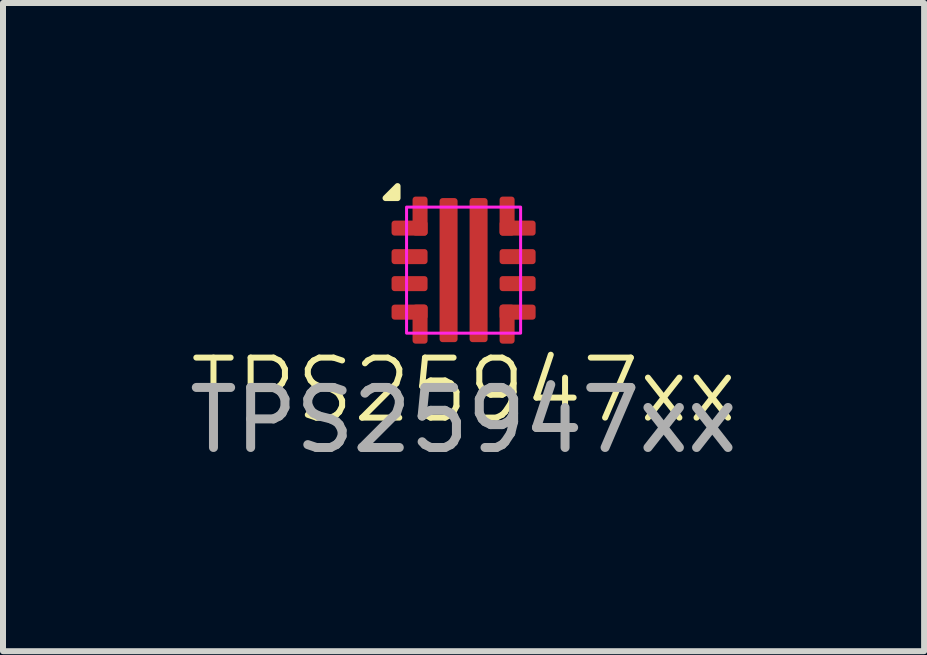
<source format=kicad_pcb>
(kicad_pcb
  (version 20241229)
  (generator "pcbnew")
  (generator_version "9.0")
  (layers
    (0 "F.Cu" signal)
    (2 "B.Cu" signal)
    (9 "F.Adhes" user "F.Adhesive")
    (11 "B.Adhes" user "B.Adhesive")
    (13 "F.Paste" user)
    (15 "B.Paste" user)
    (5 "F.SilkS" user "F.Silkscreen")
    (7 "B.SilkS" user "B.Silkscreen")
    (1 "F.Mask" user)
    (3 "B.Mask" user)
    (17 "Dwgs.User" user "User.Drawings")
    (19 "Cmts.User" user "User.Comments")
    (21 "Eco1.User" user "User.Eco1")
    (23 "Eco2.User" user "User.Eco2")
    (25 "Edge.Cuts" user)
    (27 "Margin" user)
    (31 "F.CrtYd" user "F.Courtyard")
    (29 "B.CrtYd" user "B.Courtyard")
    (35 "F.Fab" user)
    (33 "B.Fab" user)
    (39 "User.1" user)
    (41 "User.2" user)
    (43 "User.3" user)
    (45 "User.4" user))
  (footprint "TPS25947xx"
    (layer "F.Cu")
    (at 4.673 1.45)
    (property "Reference" "TPS25947xx" (at 0 2 0) (unlocked yes) (layer "F.SilkS") (effects (font (size 1 1) (thickness 0.1))))
    (attr smd)
    (fp_poly (pts (xy -1.1 -1.4) (xy -1.3 -1.2) (xy -1.1 -1.2)) (stroke (width 0.1) (type solid)) (fill yes) (layer "F.SilkS"))
    (fp_rect (start -0.95 -1.05) (end 0.95 1.05) (stroke (width 0.05) (type default)) (fill no) (layer "F.CrtYd"))
    (fp_text user "${REFERENCE}" (at 0 2.5 0) (unlocked yes) (layer "F.Fab") (effects (font (size 1 1) (thickness 0.15))))
    (pad "1" smd roundrect (at -0.9 -0.7) (size 0.6 0.25) (layers "F.Cu" "F.Mask" "F.Paste") (roundrect_rratio 0.2))
    (pad "1" smd roundrect (at -0.725 -0.9) (size 0.25 0.65) (layers "F.Cu" "F.Mask" "F.Paste") (roundrect_rratio 0.2))
    (pad "2" smd roundrect (at -0.9 -0.225) (size 0.6 0.25) (layers "F.Cu" "F.Mask" "F.Paste") (roundrect_rratio 0.2))
    (pad "3" smd roundrect (at -0.9 0.225) (size 0.6 0.25) (layers "F.Cu" "F.Mask" "F.Paste") (roundrect_rratio 0.2))
    (pad "4" smd roundrect (at -0.9 0.7) (size 0.6 0.25) (layers "F.Cu" "F.Mask" "F.Paste") (roundrect_rratio 0.2))
    (pad "4" smd roundrect (at -0.725 0.9) (size 0.25 0.65) (layers "F.Cu" "F.Mask" "F.Paste") (roundrect_rratio 0.2))
    (pad "5" smd roundrect (at -0.25 0) (size 0.3 2.4) (layers "F.Cu" "F.Mask" "F.Paste") (roundrect_rratio 0.167))
    (pad "6" smd roundrect (at 0.25 0) (size 0.3 2.4) (layers "F.Cu" "F.Mask" "F.Paste") (roundrect_rratio 0.167))
    (pad "7" smd roundrect (at 0.725 0.9) (size 0.25 0.65) (layers "F.Cu" "F.Mask" "F.Paste") (roundrect_rratio 0.2))
    (pad "7" smd roundrect (at 0.9 0.7) (size 0.6 0.25) (layers "F.Cu" "F.Mask" "F.Paste") (roundrect_rratio 0.2))
    (pad "8" smd roundrect (at 0.9 0.225) (size 0.6 0.25) (layers "F.Cu" "F.Mask" "F.Paste") (roundrect_rratio 0.2))
    (pad "9" smd roundrect (at 0.9 -0.225) (size 0.6 0.25) (layers "F.Cu" "F.Mask" "F.Paste") (roundrect_rratio 0.2))
    (pad "10" smd roundrect (at 0.725 -0.9) (size 0.25 0.65) (layers "F.Cu" "F.Mask" "F.Paste") (roundrect_rratio 0.2))
    (pad "10" smd roundrect (at 0.9 -0.7) (size 0.6 0.25) (layers "F.Cu" "F.Mask" "F.Paste") (roundrect_rratio 0.2)))
  (gr_rect
    (start -3 -3)
    (end 12.345 7.798)
    (stroke (width 0.1) (type default))
    (fill no)
    (layer "Edge.Cuts")))
</source>
